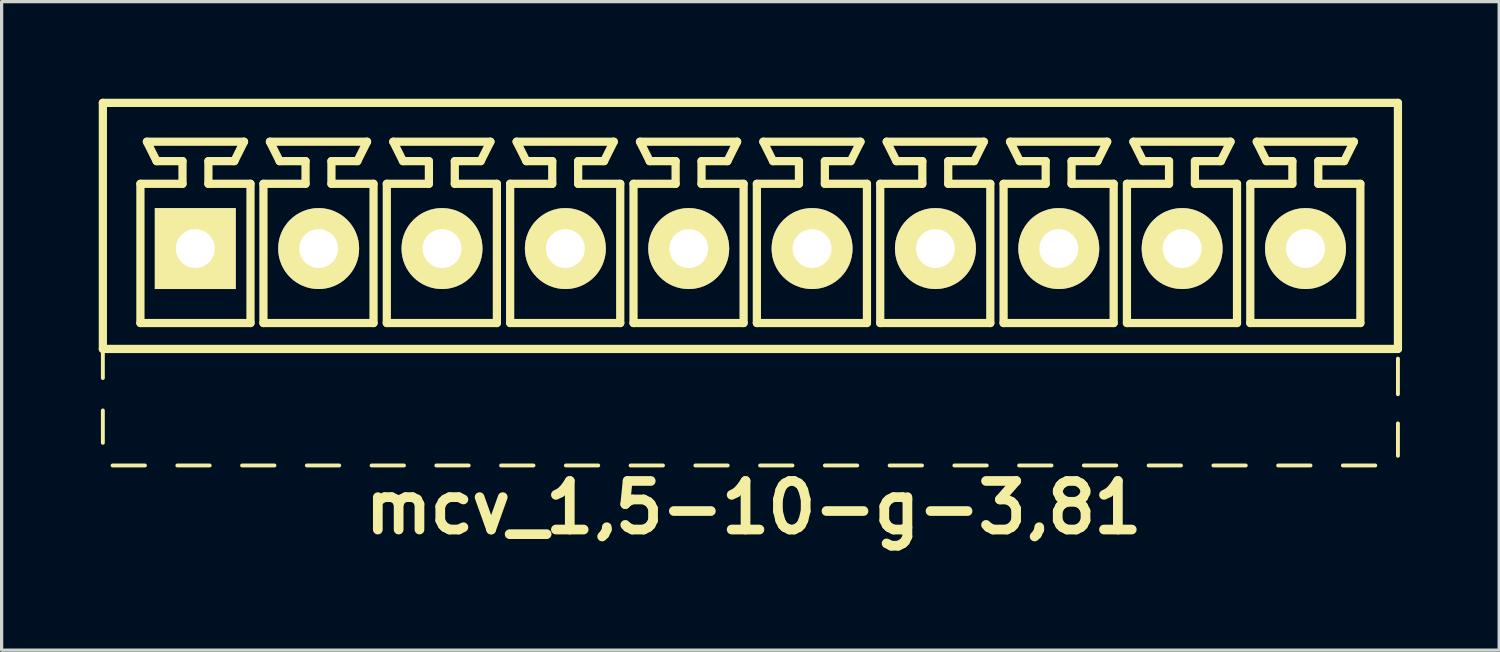
<source format=kicad_pcb>
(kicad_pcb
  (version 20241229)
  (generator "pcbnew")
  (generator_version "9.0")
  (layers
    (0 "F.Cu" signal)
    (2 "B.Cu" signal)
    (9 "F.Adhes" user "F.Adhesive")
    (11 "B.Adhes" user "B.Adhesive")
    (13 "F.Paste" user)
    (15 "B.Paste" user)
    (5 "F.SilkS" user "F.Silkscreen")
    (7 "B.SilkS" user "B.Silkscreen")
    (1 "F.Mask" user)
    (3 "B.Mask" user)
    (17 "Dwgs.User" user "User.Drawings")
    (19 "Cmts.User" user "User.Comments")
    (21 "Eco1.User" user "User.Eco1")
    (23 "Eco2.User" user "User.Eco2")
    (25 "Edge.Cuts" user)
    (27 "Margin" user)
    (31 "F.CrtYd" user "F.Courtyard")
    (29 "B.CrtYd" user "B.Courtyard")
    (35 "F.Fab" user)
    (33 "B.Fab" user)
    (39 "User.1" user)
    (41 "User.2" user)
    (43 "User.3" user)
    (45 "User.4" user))
  (footprint "mcv_1,5-10-g-3,81"
    (layer "F.Cu")
    (at 20.127 4.627)
    (property "Reference" "mcv_1,5-10-g-3,81" (at 0.1 8 0) (layer "F.SilkS") (effects (font (size 1.5 1.5) (thickness 0.3))))
    (attr through_hole)
    (fp_line (start -20 -4.5) (end -20 3.1) (stroke (width 0.254) (type solid)) (layer "F.SilkS"))
    (fp_line (start -20 -4.5) (end 20 -4.5) (stroke (width 0.254) (type solid)) (layer "F.SilkS"))
    (fp_line (start -20 3.1) (end -20 4) (stroke (width 0.12) (type solid)) (layer "F.SilkS"))
    (fp_line (start -20 3.1) (end 20 3.1) (stroke (width 0.254) (type solid)) (layer "F.SilkS"))
    (fp_line (start -20 5) (end -20 6) (stroke (width 0.12) (type solid)) (layer "F.SilkS"))
    (fp_line (start -19.7 6.7) (end -18.7 6.7) (stroke (width 0.12) (type solid)) (layer "F.SilkS"))
    (fp_line (start -18.84 -2) (end -17.54 -2) (stroke (width 0.254) (type solid)) (layer "F.SilkS"))
    (fp_line (start -18.84 2.3) (end -18.84 -2) (stroke (width 0.254) (type solid)) (layer "F.SilkS"))
    (fp_line (start -18.64 -3.3) (end -15.64 -3.3) (stroke (width 0.254) (type solid)) (layer "F.SilkS"))
    (fp_line (start -18.34 -2.7) (end -18.64 -3.3) (stroke (width 0.254) (type solid)) (layer "F.SilkS"))
    (fp_line (start -17.7 6.7) (end -16.7 6.7) (stroke (width 0.12) (type solid)) (layer "F.SilkS"))
    (fp_line (start -17.54 -2.7) (end -18.34 -2.7) (stroke (width 0.254) (type solid)) (layer "F.SilkS"))
    (fp_line (start -17.54 -2) (end -17.54 -2.7) (stroke (width 0.254) (type solid)) (layer "F.SilkS"))
    (fp_line (start -16.74 -2.7) (end -16.74 -2) (stroke (width 0.254) (type solid)) (layer "F.SilkS"))
    (fp_line (start -16.74 -2) (end -15.44 -2) (stroke (width 0.254) (type solid)) (layer "F.SilkS"))
    (fp_line (start -15.94 -2.7) (end -16.74 -2.7) (stroke (width 0.254) (type solid)) (layer "F.SilkS"))
    (fp_line (start -15.94 -2.7) (end -15.64 -3.3) (stroke (width 0.254) (type solid)) (layer "F.SilkS"))
    (fp_line (start -15.7 6.7) (end -14.7 6.7) (stroke (width 0.12) (type solid)) (layer "F.SilkS"))
    (fp_line (start -15.44 -2) (end -15.44 2.3) (stroke (width 0.254) (type solid)) (layer "F.SilkS"))
    (fp_line (start -15.44 2.3) (end -18.84 2.3) (stroke (width 0.254) (type solid)) (layer "F.SilkS"))
    (fp_line (start -15.04 -2) (end -13.74 -2) (stroke (width 0.254) (type solid)) (layer "F.SilkS"))
    (fp_line (start -15.04 2.3) (end -15.04 -2) (stroke (width 0.254) (type solid)) (layer "F.SilkS"))
    (fp_line (start -14.84 -3.3) (end -11.84 -3.3) (stroke (width 0.254) (type solid)) (layer "F.SilkS"))
    (fp_line (start -14.54 -2.7) (end -14.84 -3.3) (stroke (width 0.254) (type solid)) (layer "F.SilkS"))
    (fp_line (start -13.74 -2.7) (end -14.54 -2.7) (stroke (width 0.254) (type solid)) (layer "F.SilkS"))
    (fp_line (start -13.74 -2) (end -13.74 -2.7) (stroke (width 0.254) (type solid)) (layer "F.SilkS"))
    (fp_line (start -13.7 6.7) (end -12.7 6.7) (stroke (width 0.12) (type solid)) (layer "F.SilkS"))
    (fp_line (start -12.94 -2.7) (end -12.94 -2) (stroke (width 0.254) (type solid)) (layer "F.SilkS"))
    (fp_line (start -12.94 -2) (end -11.64 -2) (stroke (width 0.254) (type solid)) (layer "F.SilkS"))
    (fp_line (start -12.14 -2.7) (end -12.94 -2.7) (stroke (width 0.254) (type solid)) (layer "F.SilkS"))
    (fp_line (start -12.14 -2.7) (end -11.84 -3.3) (stroke (width 0.254) (type solid)) (layer "F.SilkS"))
    (fp_line (start -11.7 6.7) (end -10.7 6.7) (stroke (width 0.12) (type solid)) (layer "F.SilkS"))
    (fp_line (start -11.64 -2) (end -11.64 2.3) (stroke (width 0.254) (type solid)) (layer "F.SilkS"))
    (fp_line (start -11.64 2.3) (end -15.04 2.3) (stroke (width 0.254) (type solid)) (layer "F.SilkS"))
    (fp_line (start -11.23 -2) (end -9.93 -2) (stroke (width 0.254) (type solid)) (layer "F.SilkS"))
    (fp_line (start -11.23 2.3) (end -11.23 -2) (stroke (width 0.254) (type solid)) (layer "F.SilkS"))
    (fp_line (start -11.03 -3.3) (end -8.03 -3.3) (stroke (width 0.254) (type solid)) (layer "F.SilkS"))
    (fp_line (start -10.73 -2.7) (end -11.03 -3.3) (stroke (width 0.254) (type solid)) (layer "F.SilkS"))
    (fp_line (start -9.93 -2.7) (end -10.73 -2.7) (stroke (width 0.254) (type solid)) (layer "F.SilkS"))
    (fp_line (start -9.93 -2) (end -9.93 -2.7) (stroke (width 0.254) (type solid)) (layer "F.SilkS"))
    (fp_line (start -9.7 6.7) (end -8.7 6.7) (stroke (width 0.12) (type solid)) (layer "F.SilkS"))
    (fp_line (start -9.13 -2.7) (end -9.13 -2) (stroke (width 0.254) (type solid)) (layer "F.SilkS"))
    (fp_line (start -9.13 -2) (end -7.83 -2) (stroke (width 0.254) (type solid)) (layer "F.SilkS"))
    (fp_line (start -8.33 -2.7) (end -9.13 -2.7) (stroke (width 0.254) (type solid)) (layer "F.SilkS"))
    (fp_line (start -8.33 -2.7) (end -8.03 -3.3) (stroke (width 0.254) (type solid)) (layer "F.SilkS"))
    (fp_line (start -7.83 -2) (end -7.83 2.3) (stroke (width 0.254) (type solid)) (layer "F.SilkS"))
    (fp_line (start -7.83 2.3) (end -11.23 2.3) (stroke (width 0.254) (type solid)) (layer "F.SilkS"))
    (fp_line (start -7.7 6.7) (end -6.7 6.7) (stroke (width 0.12) (type solid)) (layer "F.SilkS"))
    (fp_line (start -7.42 -2) (end -6.12 -2) (stroke (width 0.254) (type solid)) (layer "F.SilkS"))
    (fp_line (start -7.42 2.3) (end -7.42 -2) (stroke (width 0.254) (type solid)) (layer "F.SilkS"))
    (fp_line (start -7.22 -3.3) (end -4.22 -3.3) (stroke (width 0.254) (type solid)) (layer "F.SilkS"))
    (fp_line (start -6.92 -2.7) (end -7.22 -3.3) (stroke (width 0.254) (type solid)) (layer "F.SilkS"))
    (fp_line (start -6.12 -2.7) (end -6.92 -2.7) (stroke (width 0.254) (type solid)) (layer "F.SilkS"))
    (fp_line (start -6.12 -2) (end -6.12 -2.7) (stroke (width 0.254) (type solid)) (layer "F.SilkS"))
    (fp_line (start -5.7 6.7) (end -4.7 6.7) (stroke (width 0.12) (type solid)) (layer "F.SilkS"))
    (fp_line (start -5.32 -2.7) (end -5.32 -2) (stroke (width 0.254) (type solid)) (layer "F.SilkS"))
    (fp_line (start -5.32 -2) (end -4.02 -2) (stroke (width 0.254) (type solid)) (layer "F.SilkS"))
    (fp_line (start -4.52 -2.7) (end -5.32 -2.7) (stroke (width 0.254) (type solid)) (layer "F.SilkS"))
    (fp_line (start -4.52 -2.7) (end -4.22 -3.3) (stroke (width 0.254) (type solid)) (layer "F.SilkS"))
    (fp_line (start -4.02 -2) (end -4.02 2.3) (stroke (width 0.254) (type solid)) (layer "F.SilkS"))
    (fp_line (start -4.02 2.3) (end -7.42 2.3) (stroke (width 0.254) (type solid)) (layer "F.SilkS"))
    (fp_line (start -3.7 6.7) (end -2.7 6.7) (stroke (width 0.12) (type solid)) (layer "F.SilkS"))
    (fp_line (start -3.61 -2) (end -2.31 -2) (stroke (width 0.254) (type solid)) (layer "F.SilkS"))
    (fp_line (start -3.61 2.3) (end -3.61 -2) (stroke (width 0.254) (type solid)) (layer "F.SilkS"))
    (fp_line (start -3.41 -3.3) (end -0.41 -3.3) (stroke (width 0.254) (type solid)) (layer "F.SilkS"))
    (fp_line (start -3.11 -2.7) (end -3.41 -3.3) (stroke (width 0.254) (type solid)) (layer "F.SilkS"))
    (fp_line (start -2.31 -2.7) (end -3.11 -2.7) (stroke (width 0.254) (type solid)) (layer "F.SilkS"))
    (fp_line (start -2.31 -2) (end -2.31 -2.7) (stroke (width 0.254) (type solid)) (layer "F.SilkS"))
    (fp_line (start -1.7 6.7) (end -0.7 6.7) (stroke (width 0.12) (type solid)) (layer "F.SilkS"))
    (fp_line (start -1.51 -2.7) (end -1.51 -2) (stroke (width 0.254) (type solid)) (layer "F.SilkS"))
    (fp_line (start -1.51 -2) (end -0.21 -2) (stroke (width 0.254) (type solid)) (layer "F.SilkS"))
    (fp_line (start -0.71 -2.7) (end -1.51 -2.7) (stroke (width 0.254) (type solid)) (layer "F.SilkS"))
    (fp_line (start -0.71 -2.7) (end -0.41 -3.3) (stroke (width 0.254) (type solid)) (layer "F.SilkS"))
    (fp_line (start -0.21 -2) (end -0.21 2.3) (stroke (width 0.254) (type solid)) (layer "F.SilkS"))
    (fp_line (start -0.21 2.3) (end -3.61 2.3) (stroke (width 0.254) (type solid)) (layer "F.SilkS"))
    (fp_line (start 0.2 -2) (end 1.5 -2) (stroke (width 0.254) (type solid)) (layer "F.SilkS"))
    (fp_line (start 0.2 2.3) (end 0.2 -2) (stroke (width 0.254) (type solid)) (layer "F.SilkS"))
    (fp_line (start 0.3 6.7) (end 1.3 6.7) (stroke (width 0.12) (type solid)) (layer "F.SilkS"))
    (fp_line (start 0.4 -3.3) (end 3.4 -3.3) (stroke (width 0.254) (type solid)) (layer "F.SilkS"))
    (fp_line (start 0.7 -2.7) (end 0.4 -3.3) (stroke (width 0.254) (type solid)) (layer "F.SilkS"))
    (fp_line (start 1.5 -2.7) (end 0.7 -2.7) (stroke (width 0.254) (type solid)) (layer "F.SilkS"))
    (fp_line (start 1.5 -2) (end 1.5 -2.7) (stroke (width 0.254) (type solid)) (layer "F.SilkS"))
    (fp_line (start 2.3 -2.7) (end 2.3 -2) (stroke (width 0.254) (type solid)) (layer "F.SilkS"))
    (fp_line (start 2.3 -2) (end 3.6 -2) (stroke (width 0.254) (type solid)) (layer "F.SilkS"))
    (fp_line (start 2.3 6.7) (end 3.3 6.7) (stroke (width 0.12) (type solid)) (layer "F.SilkS"))
    (fp_line (start 3.1 -2.7) (end 2.3 -2.7) (stroke (width 0.254) (type solid)) (layer "F.SilkS"))
    (fp_line (start 3.1 -2.7) (end 3.4 -3.3) (stroke (width 0.254) (type solid)) (layer "F.SilkS"))
    (fp_line (start 3.6 -2) (end 3.6 2.3) (stroke (width 0.254) (type solid)) (layer "F.SilkS"))
    (fp_line (start 3.6 2.3) (end 0.2 2.3) (stroke (width 0.254) (type solid)) (layer "F.SilkS"))
    (fp_line (start 4.01 -2) (end 5.31 -2) (stroke (width 0.254) (type solid)) (layer "F.SilkS"))
    (fp_line (start 4.01 2.3) (end 4.01 -2) (stroke (width 0.254) (type solid)) (layer "F.SilkS"))
    (fp_line (start 4.21 -3.3) (end 7.21 -3.3) (stroke (width 0.254) (type solid)) (layer "F.SilkS"))
    (fp_line (start 4.3 6.7) (end 5.3 6.7) (stroke (width 0.12) (type solid)) (layer "F.SilkS"))
    (fp_line (start 4.51 -2.7) (end 4.21 -3.3) (stroke (width 0.254) (type solid)) (layer "F.SilkS"))
    (fp_line (start 5.31 -2.7) (end 4.51 -2.7) (stroke (width 0.254) (type solid)) (layer "F.SilkS"))
    (fp_line (start 5.31 -2) (end 5.31 -2.7) (stroke (width 0.254) (type solid)) (layer "F.SilkS"))
    (fp_line (start 6.11 -2.7) (end 6.11 -2) (stroke (width 0.254) (type solid)) (layer "F.SilkS"))
    (fp_line (start 6.11 -2) (end 7.41 -2) (stroke (width 0.254) (type solid)) (layer "F.SilkS"))
    (fp_line (start 6.3 6.7) (end 7.3 6.7) (stroke (width 0.12) (type solid)) (layer "F.SilkS"))
    (fp_line (start 6.91 -2.7) (end 6.11 -2.7) (stroke (width 0.254) (type solid)) (layer "F.SilkS"))
    (fp_line (start 6.91 -2.7) (end 7.21 -3.3) (stroke (width 0.254) (type solid)) (layer "F.SilkS"))
    (fp_line (start 7.41 -2) (end 7.41 2.3) (stroke (width 0.254) (type solid)) (layer "F.SilkS"))
    (fp_line (start 7.41 2.3) (end 4.01 2.3) (stroke (width 0.254) (type solid)) (layer "F.SilkS"))
    (fp_line (start 7.82 -2) (end 9.12 -2) (stroke (width 0.254) (type solid)) (layer "F.SilkS"))
    (fp_line (start 7.82 2.3) (end 7.82 -2) (stroke (width 0.254) (type solid)) (layer "F.SilkS"))
    (fp_line (start 8.02 -3.3) (end 11.02 -3.3) (stroke (width 0.254) (type solid)) (layer "F.SilkS"))
    (fp_line (start 8.3 6.7) (end 9.3 6.7) (stroke (width 0.12) (type solid)) (layer "F.SilkS"))
    (fp_line (start 8.32 -2.7) (end 8.02 -3.3) (stroke (width 0.254) (type solid)) (layer "F.SilkS"))
    (fp_line (start 9.12 -2.7) (end 8.32 -2.7) (stroke (width 0.254) (type solid)) (layer "F.SilkS"))
    (fp_line (start 9.12 -2) (end 9.12 -2.7) (stroke (width 0.254) (type solid)) (layer "F.SilkS"))
    (fp_line (start 9.92 -2.7) (end 9.92 -2) (stroke (width 0.254) (type solid)) (layer "F.SilkS"))
    (fp_line (start 9.92 -2) (end 11.22 -2) (stroke (width 0.254) (type solid)) (layer "F.SilkS"))
    (fp_line (start 10.3 6.7) (end 11.3 6.7) (stroke (width 0.12) (type solid)) (layer "F.SilkS"))
    (fp_line (start 10.72 -2.7) (end 9.92 -2.7) (stroke (width 0.254) (type solid)) (layer "F.SilkS"))
    (fp_line (start 10.72 -2.7) (end 11.02 -3.3) (stroke (width 0.254) (type solid)) (layer "F.SilkS"))
    (fp_line (start 11.22 -2) (end 11.22 2.3) (stroke (width 0.254) (type solid)) (layer "F.SilkS"))
    (fp_line (start 11.22 2.3) (end 7.82 2.3) (stroke (width 0.254) (type solid)) (layer "F.SilkS"))
    (fp_line (start 11.63 -2) (end 12.93 -2) (stroke (width 0.254) (type solid)) (layer "F.SilkS"))
    (fp_line (start 11.63 2.3) (end 11.63 -2) (stroke (width 0.254) (type solid)) (layer "F.SilkS"))
    (fp_line (start 11.83 -3.3) (end 14.83 -3.3) (stroke (width 0.254) (type solid)) (layer "F.SilkS"))
    (fp_line (start 12.13 -2.7) (end 11.83 -3.3) (stroke (width 0.254) (type solid)) (layer "F.SilkS"))
    (fp_line (start 12.3 6.7) (end 13.3 6.7) (stroke (width 0.12) (type solid)) (layer "F.SilkS"))
    (fp_line (start 12.93 -2.7) (end 12.13 -2.7) (stroke (width 0.254) (type solid)) (layer "F.SilkS"))
    (fp_line (start 12.93 -2) (end 12.93 -2.7) (stroke (width 0.254) (type solid)) (layer "F.SilkS"))
    (fp_line (start 13.73 -2.7) (end 13.73 -2) (stroke (width 0.254) (type solid)) (layer "F.SilkS"))
    (fp_line (start 13.73 -2) (end 15.03 -2) (stroke (width 0.254) (type solid)) (layer "F.SilkS"))
    (fp_line (start 14.3 6.7) (end 15.3 6.7) (stroke (width 0.12) (type solid)) (layer "F.SilkS"))
    (fp_line (start 14.53 -2.7) (end 13.73 -2.7) (stroke (width 0.254) (type solid)) (layer "F.SilkS"))
    (fp_line (start 14.53 -2.7) (end 14.83 -3.3) (stroke (width 0.254) (type solid)) (layer "F.SilkS"))
    (fp_line (start 15.03 -2) (end 15.03 2.3) (stroke (width 0.254) (type solid)) (layer "F.SilkS"))
    (fp_line (start 15.03 2.3) (end 11.63 2.3) (stroke (width 0.254) (type solid)) (layer "F.SilkS"))
    (fp_line (start 15.44 -2) (end 16.74 -2) (stroke (width 0.254) (type solid)) (layer "F.SilkS"))
    (fp_line (start 15.44 2.3) (end 15.44 -2) (stroke (width 0.254) (type solid)) (layer "F.SilkS"))
    (fp_line (start 15.64 -3.3) (end 18.64 -3.3) (stroke (width 0.254) (type solid)) (layer "F.SilkS"))
    (fp_line (start 15.94 -2.7) (end 15.64 -3.3) (stroke (width 0.254) (type solid)) (layer "F.SilkS"))
    (fp_line (start 16.3 6.7) (end 17.3 6.7) (stroke (width 0.12) (type solid)) (layer "F.SilkS"))
    (fp_line (start 16.74 -2.7) (end 15.94 -2.7) (stroke (width 0.254) (type solid)) (layer "F.SilkS"))
    (fp_line (start 16.74 -2) (end 16.74 -2.7) (stroke (width 0.254) (type solid)) (layer "F.SilkS"))
    (fp_line (start 17.54 -2.7) (end 17.54 -2) (stroke (width 0.254) (type solid)) (layer "F.SilkS"))
    (fp_line (start 17.54 -2) (end 18.84 -2) (stroke (width 0.254) (type solid)) (layer "F.SilkS"))
    (fp_line (start 18.3 6.7) (end 19.3 6.7) (stroke (width 0.12) (type solid)) (layer "F.SilkS"))
    (fp_line (start 18.34 -2.7) (end 17.54 -2.7) (stroke (width 0.254) (type solid)) (layer "F.SilkS"))
    (fp_line (start 18.34 -2.7) (end 18.64 -3.3) (stroke (width 0.254) (type solid)) (layer "F.SilkS"))
    (fp_line (start 18.84 -2) (end 18.84 2.3) (stroke (width 0.254) (type solid)) (layer "F.SilkS"))
    (fp_line (start 18.84 2.3) (end 15.44 2.3) (stroke (width 0.254) (type solid)) (layer "F.SilkS"))
    (fp_line (start 20 -4.5) (end 20 3.1) (stroke (width 0.254) (type solid)) (layer "F.SilkS"))
    (fp_line (start 20 4.5) (end 20 3.4) (stroke (width 0.12) (type solid)) (layer "F.SilkS"))
    (fp_line (start 20 6.4) (end 20 5.4) (stroke (width 0.12) (type solid)) (layer "F.SilkS"))
    (pad "1" thru_hole rect (at -17.145 0) (size 2.5 2.5) (drill 1.2) (layers "*.Cu" "*.Mask" "F.SilkS"))
    (pad "2" thru_hole circle (at -13.335 0) (size 2.5 2.5) (drill 1.2) (layers "*.Cu" "*.Mask" "F.SilkS"))
    (pad "3" thru_hole circle (at -9.525 0) (size 2.5 2.5) (drill 1.2) (layers "*.Cu" "*.Mask" "F.SilkS"))
    (pad "4" thru_hole circle (at -5.715 0) (size 2.5 2.5) (drill 1.2) (layers "*.Cu" "*.Mask" "F.SilkS"))
    (pad "5" thru_hole circle (at -1.905 0) (size 2.5 2.5) (drill 1.2) (layers "*.Cu" "*.Mask" "F.SilkS"))
    (pad "6" thru_hole circle (at 1.905 0) (size 2.5 2.5) (drill 1.2) (layers "*.Cu" "*.Mask" "F.SilkS"))
    (pad "7" thru_hole circle (at 5.715 0) (size 2.5 2.5) (drill 1.2) (layers "*.Cu" "*.Mask" "F.SilkS"))
    (pad "8" thru_hole circle (at 9.525 0) (size 2.5 2.5) (drill 1.2) (layers "*.Cu" "*.Mask" "F.SilkS"))
    (pad "9" thru_hole circle (at 13.335 0) (size 2.5 2.5) (drill 1.2) (layers "*.Cu" "*.Mask" "F.SilkS"))
    (pad "10" thru_hole circle (at 17.145 0) (size 2.5 2.5) (drill 1.2) (layers "*.Cu" "*.Mask" "F.SilkS")))
  (gr_rect
    (start -3 -3)
    (end 43.254 17.031)
    (stroke (width 0.1) (type default))
    (fill no)
    (layer "Edge.Cuts")))
</source>
